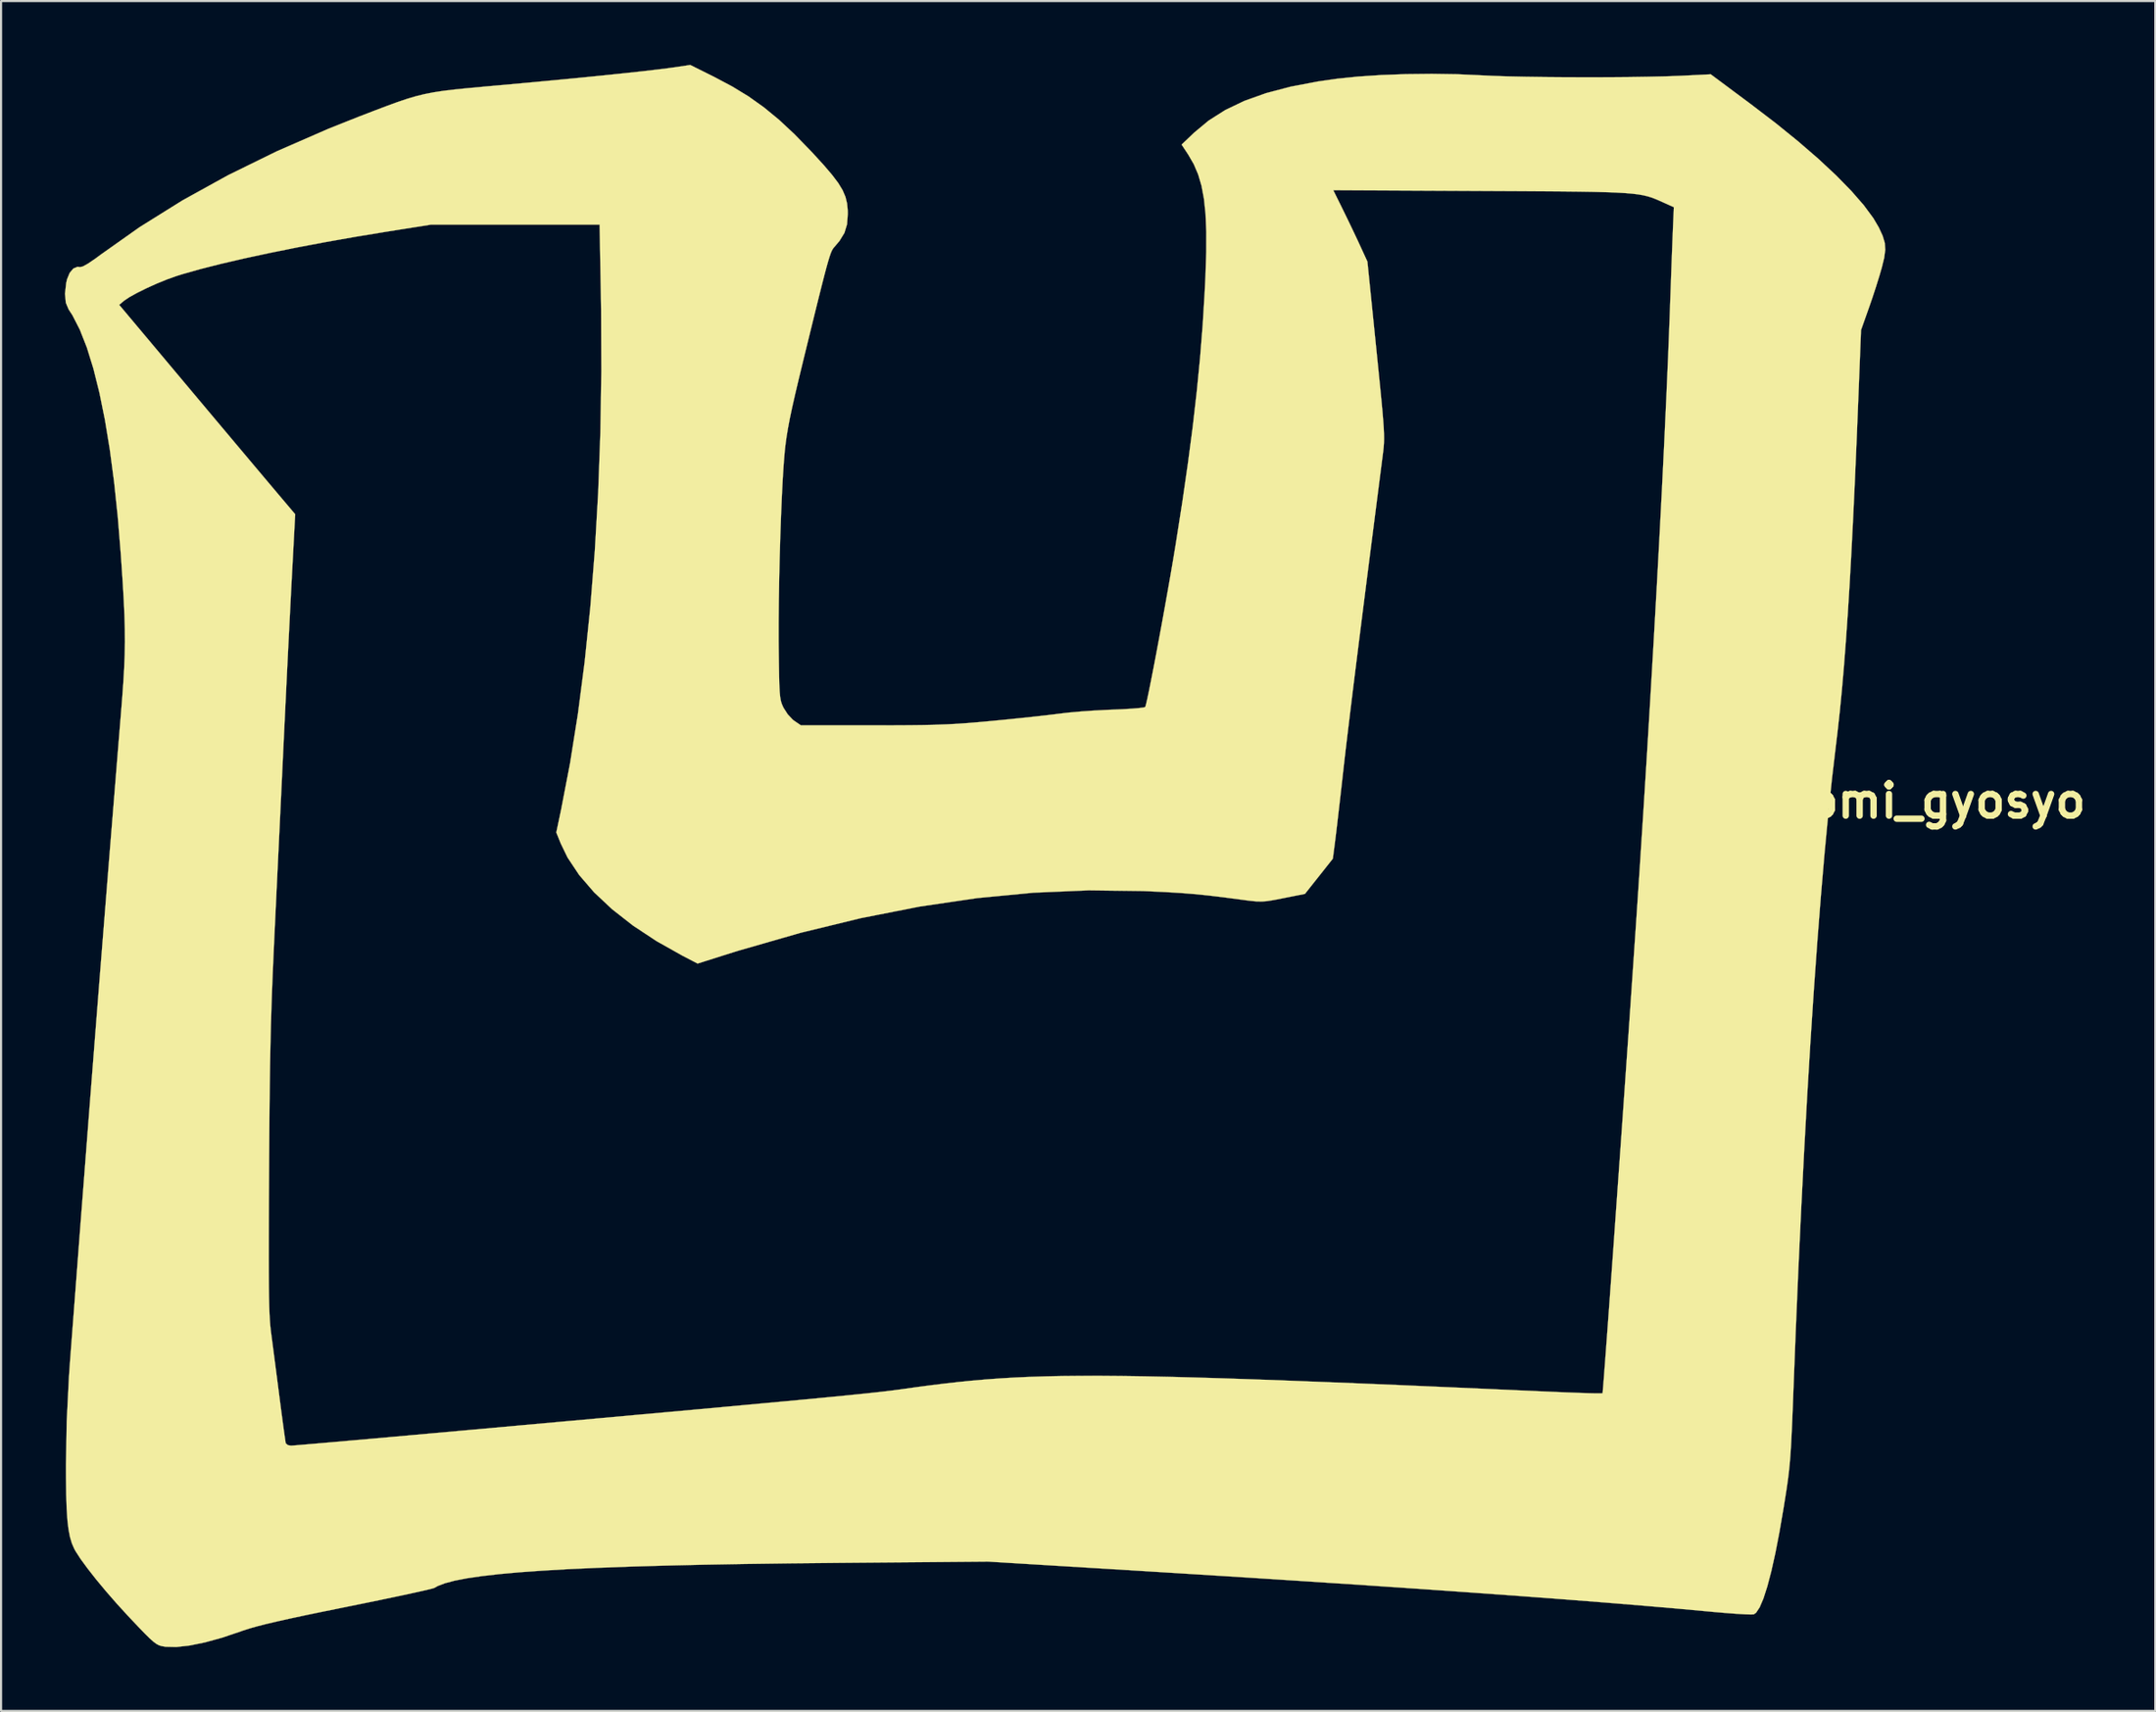
<source format=kicad_pcb>
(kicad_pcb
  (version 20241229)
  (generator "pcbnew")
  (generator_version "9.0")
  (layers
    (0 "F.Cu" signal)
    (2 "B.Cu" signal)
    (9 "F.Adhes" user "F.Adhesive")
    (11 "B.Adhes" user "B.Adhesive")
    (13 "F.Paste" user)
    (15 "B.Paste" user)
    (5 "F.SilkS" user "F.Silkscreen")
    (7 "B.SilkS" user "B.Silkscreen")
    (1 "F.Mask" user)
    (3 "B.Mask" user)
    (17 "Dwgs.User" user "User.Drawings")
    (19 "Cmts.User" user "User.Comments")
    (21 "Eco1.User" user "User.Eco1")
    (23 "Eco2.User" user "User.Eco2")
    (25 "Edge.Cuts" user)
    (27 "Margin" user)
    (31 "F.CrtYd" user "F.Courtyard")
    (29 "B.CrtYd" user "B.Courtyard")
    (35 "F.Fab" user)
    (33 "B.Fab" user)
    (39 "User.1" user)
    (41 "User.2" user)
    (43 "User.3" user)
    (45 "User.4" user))
  (footprint "hecomi_gyosyo"
    (layer "F.Cu")
    (at 86.448 34.607)
    (property "Reference" "hecomi_gyosyo" (at 0 0 0) (layer "F.SilkS") (effects (font (size 1.524 1.524) (thickness 0.3))))
    (attr through_hole)
    (fp_poly (pts (xy -55.941 -34.044) (xy -55.093 -33.594) (xy -54.324 -33.126) (xy -53.603 -32.613) (xy -52.896 -32.032) (xy -52.173 -31.358) (xy -51.401 -30.565) (xy -51.285 -30.441) (xy -50.785 -29.894) (xy -50.397 -29.439) (xy -50.106 -29.054) (xy -49.9 -28.715) (xy -49.766 -28.401) (xy -49.69 -28.087) (xy -49.659 -27.752) (xy -49.657 -27.601) (xy -49.692 -27.113) (xy -49.814 -26.709) (xy -50.046 -26.33) (xy -50.27 -26.065) (xy -50.318 -26.011) (xy -50.363 -25.948) (xy -50.408 -25.865) (xy -50.457 -25.749) (xy -50.513 -25.587) (xy -50.58 -25.367) (xy -50.662 -25.076) (xy -50.761 -24.701) (xy -50.882 -24.229) (xy -51.028 -23.648) (xy -51.202 -22.945) (xy -51.408 -22.107) (xy -51.649 -21.122) (xy -51.742 -20.743) (xy -51.956 -19.86) (xy -52.132 -19.117) (xy -52.273 -18.493) (xy -52.385 -17.963) (xy -52.471 -17.505) (xy -52.538 -17.095) (xy -52.589 -16.712) (xy -52.62 -16.425) (xy -52.667 -15.855) (xy -52.713 -15.143) (xy -52.755 -14.314) (xy -52.794 -13.397) (xy -52.829 -12.417) (xy -52.858 -11.402) (xy -52.881 -10.378) (xy -52.897 -9.372) (xy -52.906 -8.41) (xy -52.906 -7.52) (xy -52.902 -7.112) (xy -52.893 -6.421) (xy -52.884 -5.877) (xy -52.873 -5.458) (xy -52.858 -5.143) (xy -52.836 -4.909) (xy -52.807 -4.733) (xy -52.769 -4.595) (xy -52.719 -4.472) (xy -52.675 -4.378) (xy -52.481 -4.076) (xy -52.243 -3.822) (xy -52.168 -3.765) (xy -51.861 -3.556) (xy -48.447 -3.556) (xy -47.533 -3.557) (xy -46.759 -3.561) (xy -46.096 -3.569) (xy -45.516 -3.583) (xy -44.99 -3.602) (xy -44.488 -3.629) (xy -43.983 -3.665) (xy -43.444 -3.71) (xy -42.843 -3.765) (xy -42.815 -3.768) (xy -42.158 -3.832) (xy -41.5 -3.9) (xy -40.878 -3.966) (xy -40.327 -4.028) (xy -39.885 -4.081) (xy -39.666 -4.109) (xy -39.253 -4.157) (xy -38.725 -4.204) (xy -38.136 -4.246) (xy -37.54 -4.278) (xy -37.229 -4.291) (xy -36.742 -4.312) (xy -36.315 -4.338) (xy -35.976 -4.366) (xy -35.755 -4.394) (xy -35.678 -4.417) (xy -35.643 -4.531) (xy -35.583 -4.793) (xy -35.5 -5.184) (xy -35.4 -5.685) (xy -35.285 -6.275) (xy -35.158 -6.938) (xy -35.024 -7.652) (xy -34.886 -8.4) (xy -34.748 -9.162) (xy -34.613 -9.919) (xy -34.484 -10.652) (xy -34.366 -11.342) (xy -34.262 -11.97) (xy -34.243 -12.087) (xy -33.934 -14.058) (xy -33.669 -15.892) (xy -33.443 -17.615) (xy -33.255 -19.254) (xy -33.101 -20.834) (xy -32.978 -22.381) (xy -32.884 -23.922) (xy -32.846 -24.711) (xy -32.811 -25.813) (xy -32.809 -26.766) (xy -32.843 -27.589) (xy -32.917 -28.3) (xy -33.032 -28.917) (xy -33.191 -29.457) (xy -33.397 -29.939) (xy -33.653 -30.381) (xy -33.661 -30.394) (xy -33.968 -30.859) (xy -33.379 -31.421) (xy -32.695 -31.99) (xy -31.911 -32.487) (xy -31.016 -32.915) (xy -29.998 -33.278) (xy -28.848 -33.581) (xy -27.553 -33.827) (xy -26.658 -33.955) (xy -25.682 -34.056) (xy -24.585 -34.129) (xy -23.413 -34.172) (xy -22.212 -34.185) (xy -21.029 -34.167) (xy -19.939 -34.118) (xy -19.359 -34.09) (xy -18.639 -34.066) (xy -17.807 -34.048) (xy -16.892 -34.035) (xy -15.922 -34.027) (xy -14.926 -34.024) (xy -13.933 -34.026) (xy -12.972 -34.034) (xy -12.071 -34.048) (xy -11.259 -34.066) (xy -10.565 -34.091) (xy -10.372 -34.1) (xy -9.102 -34.163) (xy -8.805 -33.942) (xy -8.644 -33.822) (xy -8.374 -33.621) (xy -8.023 -33.359) (xy -7.618 -33.058) (xy -7.197 -32.744) (xy -6.047 -31.865) (xy -4.994 -31.011) (xy -4.046 -30.191) (xy -3.211 -29.412) (xy -2.496 -28.681) (xy -1.91 -28.008) (xy -1.46 -27.398) (xy -1.206 -26.966) (xy -1.024 -26.573) (xy -0.924 -26.241) (xy -0.901 -25.913) (xy -0.951 -25.535) (xy -1.061 -25.086) (xy -1.182 -24.67) (xy -1.34 -24.163) (xy -1.514 -23.633) (xy -1.662 -23.205) (xy -2.039 -22.14) (xy -2.161 -19.05) (xy -2.245 -16.975) (xy -2.328 -15.06) (xy -2.411 -13.293) (xy -2.494 -11.664) (xy -2.578 -10.163) (xy -2.664 -8.779) (xy -2.753 -7.502) (xy -2.844 -6.322) (xy -2.939 -5.229) (xy -3.038 -4.211) (xy -3.143 -3.258) (xy -3.219 -2.625) (xy -3.401 -1.084) (xy -3.58 0.619) (xy -3.756 2.476) (xy -3.927 4.481) (xy -4.095 6.627) (xy -4.258 8.906) (xy -4.416 11.311) (xy -4.568 13.834) (xy -4.714 16.47) (xy -4.853 19.209) (xy -4.986 22.046) (xy -5.111 24.972) (xy -5.21 27.517) (xy -5.244 28.415) (xy -5.274 29.168) (xy -5.303 29.8) (xy -5.331 30.333) (xy -5.361 30.793) (xy -5.395 31.202) (xy -5.435 31.585) (xy -5.483 31.965) (xy -5.541 32.367) (xy -5.611 32.813) (xy -5.68 33.247) (xy -5.874 34.371) (xy -6.066 35.364) (xy -6.257 36.22) (xy -6.445 36.934) (xy -6.627 37.5) (xy -6.803 37.912) (xy -6.97 38.164) (xy -7.076 38.241) (xy -7.198 38.249) (xy -7.463 38.241) (xy -7.844 38.219) (xy -8.316 38.184) (xy -8.852 38.139) (xy -9.133 38.113) (xy -10.589 37.979) (xy -12.212 37.839) (xy -13.997 37.692) (xy -15.943 37.54) (xy -18.047 37.382) (xy -20.306 37.219) (xy -22.716 37.05) (xy -25.275 36.876) (xy -27.981 36.698) (xy -30.829 36.514) (xy -33.817 36.327) (xy -36.364 36.17) (xy -43.053 35.762) (xy -50.038 35.821) (xy -52.335 35.844) (xy -54.466 35.873) (xy -56.436 35.908) (xy -58.249 35.95) (xy -59.908 35.998) (xy -61.418 36.054) (xy -62.782 36.116) (xy -64.004 36.187) (xy -65.088 36.264) (xy -66.039 36.35) (xy -66.859 36.444) (xy -67.554 36.546) (xy -68.126 36.657) (xy -68.58 36.777) (xy -68.92 36.906) (xy -69.088 36.999) (xy -69.194 37.032) (xy -69.45 37.095) (xy -69.839 37.183) (xy -70.343 37.293) (xy -70.947 37.422) (xy -71.634 37.566) (xy -72.387 37.721) (xy -73.19 37.884) (xy -73.237 37.894) (xy -74.261 38.101) (xy -75.135 38.282) (xy -75.873 38.44) (xy -76.491 38.578) (xy -77.004 38.699) (xy -77.428 38.808) (xy -77.779 38.908) (xy -78.072 39.002) (xy -78.178 39.04) (xy -79.05 39.335) (xy -79.859 39.558) (xy -80.585 39.707) (xy -81.211 39.777) (xy -81.718 39.766) (xy -81.915 39.731) (xy -82.029 39.694) (xy -82.146 39.632) (xy -82.286 39.529) (xy -82.465 39.369) (xy -82.702 39.134) (xy -83.015 38.81) (xy -83.421 38.38) (xy -83.5 38.296) (xy -84.019 37.728) (xy -84.517 37.156) (xy -84.978 36.601) (xy -85.381 36.087) (xy -85.71 35.638) (xy -85.945 35.275) (xy -86.011 35.154) (xy -86.121 34.9) (xy -86.209 34.604) (xy -86.278 34.245) (xy -86.33 33.806) (xy -86.365 33.268) (xy -86.387 32.61) (xy -86.397 31.815) (xy -86.398 31.2) (xy -86.362 29.158) (xy -86.258 27.085) (xy -86.205 26.331) (xy -85.747 20.32) (xy -85.295 14.47) (xy -84.849 8.772) (xy -84.407 3.218) (xy -83.969 -2.201) (xy -83.824 -3.979) (xy -83.755 -4.84) (xy -83.701 -5.591) (xy -83.662 -6.262) (xy -83.637 -6.881) (xy -83.627 -7.48) (xy -83.631 -8.088) (xy -83.65 -8.734) (xy -83.683 -9.448) (xy -83.73 -10.26) (xy -83.793 -11.199) (xy -83.82 -11.599) (xy -83.962 -13.351) (xy -84.135 -14.994) (xy -84.337 -16.52) (xy -84.568 -17.922) (xy -84.826 -19.194) (xy -85.109 -20.329) (xy -85.416 -21.319) (xy -85.746 -22.158) (xy -86.096 -22.84) (xy -86.273 -23.111) (xy -86.363 -23.326) (xy -83.898 -23.326) (xy -80.845 -19.685) (xy -80.237 -18.96) (xy -79.628 -18.234) (xy -79.033 -17.526) (xy -78.467 -16.852) (xy -77.945 -16.231) (xy -77.482 -15.68) (xy -77.092 -15.217) (xy -76.791 -14.86) (xy -76.709 -14.762) (xy -75.626 -13.48) (xy -75.783 -10.529) (xy -75.82 -9.83) (xy -75.862 -8.995) (xy -75.91 -8.055) (xy -75.961 -7.043) (xy -76.013 -5.991) (xy -76.064 -4.932) (xy -76.114 -3.897) (xy -76.155 -3.048) (xy -76.205 -1.992) (xy -76.261 -0.809) (xy -76.322 0.455) (xy -76.384 1.759) (xy -76.446 3.058) (xy -76.506 4.31) (xy -76.561 5.47) (xy -76.593 6.138) (xy -76.639 7.12) (xy -76.679 8.031) (xy -76.714 8.894) (xy -76.743 9.733) (xy -76.768 10.571) (xy -76.788 11.43) (xy -76.806 12.334) (xy -76.82 13.305) (xy -76.832 14.369) (xy -76.842 15.546) (xy -76.851 16.861) (xy -76.854 17.4) (xy -76.861 18.656) (xy -76.866 19.756) (xy -76.868 20.711) (xy -76.869 21.535) (xy -76.867 22.239) (xy -76.863 22.836) (xy -76.856 23.339) (xy -76.846 23.759) (xy -76.833 24.111) (xy -76.817 24.405) (xy -76.798 24.655) (xy -76.775 24.872) (xy -76.762 24.978) (xy -76.713 25.349) (xy -76.648 25.849) (xy -76.571 26.438) (xy -76.488 27.078) (xy -76.404 27.729) (xy -76.366 28.025) (xy -76.291 28.602) (xy -76.221 29.127) (xy -76.161 29.573) (xy -76.112 29.918) (xy -76.08 30.138) (xy -76.067 30.205) (xy -75.969 30.285) (xy -75.823 30.311) (xy -75.71 30.303) (xy -75.44 30.281) (xy -75.025 30.246) (xy -74.476 30.199) (xy -73.806 30.141) (xy -73.025 30.072) (xy -72.145 29.995) (xy -71.178 29.909) (xy -70.136 29.816) (xy -69.031 29.717) (xy -67.873 29.613) (xy -67.163 29.549) (xy -65.053 29.359) (xy -63.104 29.183) (xy -61.31 29.021) (xy -59.663 28.871) (xy -58.156 28.735) (xy -56.783 28.61) (xy -55.535 28.496) (xy -54.407 28.392) (xy -53.39 28.298) (xy -52.478 28.214) (xy -51.664 28.137) (xy -50.941 28.069) (xy -50.301 28.007) (xy -49.737 27.952) (xy -49.242 27.902) (xy -48.81 27.858) (xy -48.433 27.817) (xy -48.103 27.781) (xy -47.815 27.747) (xy -47.56 27.716) (xy -47.332 27.686) (xy -47.123 27.658) (xy -47.075 27.651) (xy -46.394 27.556) (xy -45.736 27.469) (xy -45.092 27.39) (xy -44.455 27.318) (xy -43.817 27.254) (xy -43.171 27.198) (xy -42.509 27.15) (xy -41.823 27.109) (xy -41.106 27.077) (xy -40.35 27.053) (xy -39.547 27.036) (xy -38.691 27.028) (xy -37.773 27.027) (xy -36.785 27.035) (xy -35.721 27.051) (xy -34.572 27.075) (xy -33.332 27.107) (xy -31.991 27.147) (xy -30.543 27.196) (xy -28.981 27.253) (xy -27.295 27.318) (xy -25.48 27.391) (xy -23.527 27.473) (xy -21.429 27.564) (xy -19.177 27.663) (xy -16.766 27.77) (xy -16.447 27.784) (xy -15.851 27.809) (xy -15.313 27.829) (xy -14.855 27.844) (xy -14.499 27.852) (xy -14.269 27.852) (xy -14.187 27.846) (xy -14.177 27.759) (xy -14.156 27.515) (xy -14.125 27.123) (xy -14.085 26.595) (xy -14.036 25.943) (xy -13.979 25.177) (xy -13.915 24.308) (xy -13.845 23.347) (xy -13.77 22.306) (xy -13.69 21.195) (xy -13.607 20.025) (xy -13.52 18.808) (xy -13.431 17.554) (xy -13.34 16.275) (xy -13.249 14.981) (xy -13.158 13.683) (xy -13.068 12.393) (xy -12.979 11.121) (xy -12.893 9.879) (xy -12.811 8.678) (xy -12.732 7.528) (xy -12.658 6.441) (xy -12.617 5.842) (xy -12.438 3.147) (xy -12.265 0.464) (xy -12.099 -2.193) (xy -11.941 -4.811) (xy -11.791 -7.376) (xy -11.649 -9.874) (xy -11.518 -12.292) (xy -11.397 -14.615) (xy -11.288 -16.829) (xy -11.191 -18.922) (xy -11.106 -20.88) (xy -11.035 -22.688) (xy -11.011 -23.368) (xy -10.986 -24.065) (xy -10.961 -24.763) (xy -10.937 -25.428) (xy -10.914 -26.026) (xy -10.895 -26.523) (xy -10.88 -26.886) (xy -10.88 -26.891) (xy -10.836 -27.916) (xy -11.343 -28.144) (xy -11.536 -28.23) (xy -11.714 -28.306) (xy -11.889 -28.372) (xy -12.073 -28.428) (xy -12.278 -28.477) (xy -12.515 -28.518) (xy -12.797 -28.552) (xy -13.136 -28.58) (xy -13.543 -28.603) (xy -14.031 -28.621) (xy -14.611 -28.636) (xy -15.296 -28.647) (xy -16.096 -28.656) (xy -17.025 -28.663) (xy -18.094 -28.67) (xy -19.315 -28.676) (xy -19.919 -28.679) (xy -26.841 -28.714) (xy -26.389 -27.798) (xy -26.165 -27.339) (xy -25.925 -26.84) (xy -25.704 -26.372) (xy -25.587 -26.12) (xy -25.237 -25.358) (xy -24.82 -21.251) (xy -24.725 -20.313) (xy -24.646 -19.526) (xy -24.582 -18.873) (xy -24.532 -18.337) (xy -24.496 -17.902) (xy -24.471 -17.548) (xy -24.458 -17.261) (xy -24.455 -17.022) (xy -24.461 -16.814) (xy -24.475 -16.621) (xy -24.496 -16.424) (xy -24.523 -16.214) (xy -24.784 -14.176) (xy -25.024 -12.301) (xy -25.244 -10.582) (xy -25.443 -9.013) (xy -25.623 -7.589) (xy -25.784 -6.304) (xy -25.927 -5.152) (xy -26.053 -4.127) (xy -26.162 -3.224) (xy -26.256 -2.437) (xy -26.334 -1.76) (xy -26.37 -1.439) (xy -26.448 -0.744) (xy -26.525 -0.067) (xy -26.598 0.563) (xy -26.662 1.12) (xy -26.716 1.573) (xy -26.756 1.897) (xy -26.765 1.971) (xy -26.862 2.714) (xy -28.172 4.369) (xy -29.184 4.57) (xy -29.608 4.653) (xy -29.924 4.705) (xy -30.187 4.728) (xy -30.45 4.723) (xy -30.767 4.692) (xy -31.192 4.636) (xy -31.248 4.629) (xy -32.034 4.525) (xy -32.72 4.443) (xy -33.355 4.379) (xy -33.991 4.328) (xy -34.676 4.286) (xy -35.462 4.248) (xy -35.789 4.235) (xy -38.336 4.202) (xy -40.929 4.313) (xy -43.573 4.567) (xy -46.275 4.965) (xy -49.041 5.509) (xy -51.875 6.199) (xy -54.785 7.036) (xy -55.345 7.211) (xy -56.714 7.645) (xy -57.419 7.279) (xy -58.645 6.589) (xy -59.753 5.857) (xy -60.734 5.089) (xy -61.578 4.296) (xy -62.278 3.483) (xy -62.825 2.661) (xy -63.146 1.998) (xy -63.355 1.482) (xy -63.123 0.381) (xy -62.706 -1.786) (xy -62.338 -4.099) (xy -62.021 -6.544) (xy -61.756 -9.105) (xy -61.544 -11.767) (xy -61.386 -14.514) (xy -61.283 -17.33) (xy -61.237 -20.201) (xy -61.248 -23.11) (xy -61.258 -23.686) (xy -61.319 -27.093) (xy -69.264 -27.093) (xy -71.388 -26.756) (xy -72.812 -26.521) (xy -74.206 -26.275) (xy -75.551 -26.021) (xy -76.829 -25.763) (xy -78.022 -25.506) (xy -79.11 -25.253) (xy -80.076 -25.008) (xy -80.9 -24.775) (xy -81.238 -24.669) (xy -81.665 -24.515) (xy -82.137 -24.322) (xy -82.612 -24.107) (xy -83.05 -23.89) (xy -83.411 -23.691) (xy -83.656 -23.527) (xy -83.668 -23.517) (xy -83.898 -23.326) (xy -86.363 -23.326) (xy -86.405 -23.426) (xy -86.443 -23.85) (xy -86.387 -24.349) (xy -86.349 -24.521) (xy -86.225 -24.826) (xy -86.049 -25.033) (xy -85.848 -25.115) (xy -85.742 -25.099) (xy -85.608 -25.127) (xy -85.358 -25.266) (xy -85 -25.51) (xy -84.778 -25.675) (xy -82.932 -26.981) (xy -80.932 -28.23) (xy -78.78 -29.42) (xy -76.482 -30.548) (xy -74.043 -31.612) (xy -72.644 -32.169) (xy -71.934 -32.442) (xy -71.335 -32.669) (xy -70.823 -32.856) (xy -70.371 -33.009) (xy -69.955 -33.132) (xy -69.549 -33.232) (xy -69.126 -33.315) (xy -68.662 -33.386) (xy -68.131 -33.45) (xy -67.507 -33.513) (xy -66.764 -33.582) (xy -65.913 -33.658) (xy -64.611 -33.776) (xy -63.373 -33.892) (xy -62.212 -34.004) (xy -61.143 -34.111) (xy -60.18 -34.211) (xy -59.335 -34.302) (xy -58.624 -34.385) (xy -58.06 -34.456) (xy -57.809 -34.491) (xy -57.061 -34.602) (xy -55.941 -34.044)) (stroke (width 0.01) (type solid)) (fill yes) (layer "F.SilkS")))
  (gr_rect
    (start -3 -3)
    (end 98.237 77.389)
    (stroke (width 0.1) (type default))
    (fill no)
    (layer "Edge.Cuts")))
</source>
